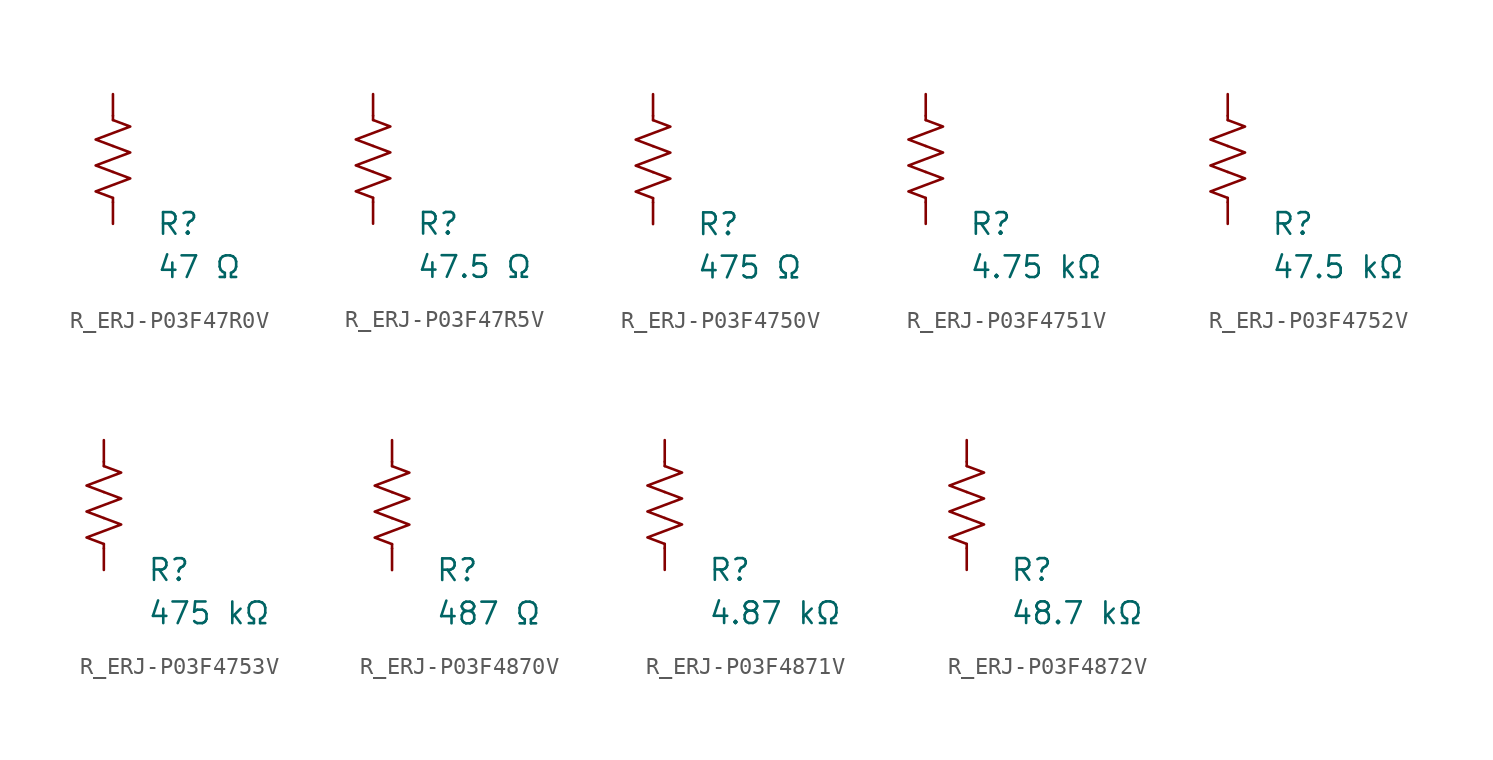
<source format=kicad_sym>
(kicad_symbol_lib
  (version 20231120)
  (generator "kicad_symbol_editor")
  (generator_version "8.0")
  (symbol "R_ERJ-P03F47R0V"
    (pin_numbers hide)
    (pin_names
      (offset 0))
    (property "Reference" "R"
      (at 2.54 -3.81 0)
      (effects (font (size 1.27 1.27)) (justify left))
      (show_name no))
    (property "Value" "47 Ω"
      (at 2.54 -6.35 0)
      (effects (font (size 1.27 1.27)) (justify left))
      (show_name no))
    (symbol "R_ERJ-P03F47R0V_0_1"
      (polyline (pts (xy 0 -2.286) (xy 0 -2.54)) (stroke (width 0) (type default)) (fill (type none)))
      (polyline (pts (xy 0 2.286) (xy 0 2.54)) (stroke (width 0) (type default)) (fill (type none)))
      (polyline (pts (xy 0 -0.762) (xy 1.016 -1.143) (xy 0 -1.524) (xy -1.016 -1.905) (xy 0 -2.286)) (stroke (width 0) (type default)) (fill (type none)))
      (polyline (pts (xy 0 0.762) (xy 1.016 0.381) (xy 0 0) (xy -1.016 -0.381) (xy 0 -0.762)) (stroke (width 0) (type default)) (fill (type none)))
      (polyline (pts (xy 0 2.286) (xy 1.016 1.905) (xy 0 1.524) (xy -1.016 1.143) (xy 0 0.762)) (stroke (width 0) (type default)) (fill (type none))))
    (symbol "R_ERJ-P03F47R0V_1_1"
      (pin passive line (at 0 3.81 270) (length 1.27) (name "~" (effects (font (size 1.27 1.27)))) (number "1" (effects (font (size 1.27 1.27)))))
      (pin passive line (at 0 -3.81 90) (length 1.27) (name "~" (effects (font (size 1.27 1.27)))) (number "2" (effects (font (size 1.27 1.27)))))))
  (symbol "R_ERJ-P03F47R5V"
    (pin_numbers hide)
    (pin_names
      (offset 0))
    (property "Reference" "R"
      (at 2.54 -3.81 0)
      (effects (font (size 1.27 1.27)) (justify left))
      (show_name no))
    (property "Value" "47.5 Ω"
      (at 2.54 -6.35 0)
      (effects (font (size 1.27 1.27)) (justify left))
      (show_name no))
    (symbol "R_ERJ-P03F47R5V_0_1"
      (polyline (pts (xy 0 -2.286) (xy 0 -2.54)) (stroke (width 0) (type default)) (fill (type none)))
      (polyline (pts (xy 0 2.286) (xy 0 2.54)) (stroke (width 0) (type default)) (fill (type none)))
      (polyline (pts (xy 0 -0.762) (xy 1.016 -1.143) (xy 0 -1.524) (xy -1.016 -1.905) (xy 0 -2.286)) (stroke (width 0) (type default)) (fill (type none)))
      (polyline (pts (xy 0 0.762) (xy 1.016 0.381) (xy 0 0) (xy -1.016 -0.381) (xy 0 -0.762)) (stroke (width 0) (type default)) (fill (type none)))
      (polyline (pts (xy 0 2.286) (xy 1.016 1.905) (xy 0 1.524) (xy -1.016 1.143) (xy 0 0.762)) (stroke (width 0) (type default)) (fill (type none))))
    (symbol "R_ERJ-P03F47R5V_1_1"
      (pin passive line (at 0 3.81 270) (length 1.27) (name "~" (effects (font (size 1.27 1.27)))) (number "1" (effects (font (size 1.27 1.27)))))
      (pin passive line (at 0 -3.81 90) (length 1.27) (name "~" (effects (font (size 1.27 1.27)))) (number "2" (effects (font (size 1.27 1.27)))))))
  (symbol "R_ERJ-P03F4750V"
    (pin_numbers hide)
    (pin_names
      (offset 0))
    (property "Reference" "R"
      (at 2.54 -3.81 0)
      (effects (font (size 1.27 1.27)) (justify left))
      (show_name no))
    (property "Value" "475 Ω"
      (at 2.54 -6.35 0)
      (effects (font (size 1.27 1.27)) (justify left))
      (show_name no))
    (symbol "R_ERJ-P03F4750V_0_1"
      (polyline (pts (xy 0 -2.286) (xy 0 -2.54)) (stroke (width 0) (type default)) (fill (type none)))
      (polyline (pts (xy 0 2.286) (xy 0 2.54)) (stroke (width 0) (type default)) (fill (type none)))
      (polyline (pts (xy 0 -0.762) (xy 1.016 -1.143) (xy 0 -1.524) (xy -1.016 -1.905) (xy 0 -2.286)) (stroke (width 0) (type default)) (fill (type none)))
      (polyline (pts (xy 0 0.762) (xy 1.016 0.381) (xy 0 0) (xy -1.016 -0.381) (xy 0 -0.762)) (stroke (width 0) (type default)) (fill (type none)))
      (polyline (pts (xy 0 2.286) (xy 1.016 1.905) (xy 0 1.524) (xy -1.016 1.143) (xy 0 0.762)) (stroke (width 0) (type default)) (fill (type none))))
    (symbol "R_ERJ-P03F4750V_1_1"
      (pin passive line (at 0 3.81 270) (length 1.27) (name "~" (effects (font (size 1.27 1.27)))) (number "1" (effects (font (size 1.27 1.27)))))
      (pin passive line (at 0 -3.81 90) (length 1.27) (name "~" (effects (font (size 1.27 1.27)))) (number "2" (effects (font (size 1.27 1.27)))))))
  (symbol "R_ERJ-P03F4751V"
    (pin_numbers hide)
    (pin_names
      (offset 0))
    (property "Reference" "R"
      (at 2.54 -3.81 0)
      (effects (font (size 1.27 1.27)) (justify left))
      (show_name no))
    (property "Value" "4.75 kΩ"
      (at 2.54 -6.35 0)
      (effects (font (size 1.27 1.27)) (justify left))
      (show_name no))
    (symbol "R_ERJ-P03F4751V_0_1"
      (polyline (pts (xy 0 -2.286) (xy 0 -2.54)) (stroke (width 0) (type default)) (fill (type none)))
      (polyline (pts (xy 0 2.286) (xy 0 2.54)) (stroke (width 0) (type default)) (fill (type none)))
      (polyline (pts (xy 0 -0.762) (xy 1.016 -1.143) (xy 0 -1.524) (xy -1.016 -1.905) (xy 0 -2.286)) (stroke (width 0) (type default)) (fill (type none)))
      (polyline (pts (xy 0 0.762) (xy 1.016 0.381) (xy 0 0) (xy -1.016 -0.381) (xy 0 -0.762)) (stroke (width 0) (type default)) (fill (type none)))
      (polyline (pts (xy 0 2.286) (xy 1.016 1.905) (xy 0 1.524) (xy -1.016 1.143) (xy 0 0.762)) (stroke (width 0) (type default)) (fill (type none))))
    (symbol "R_ERJ-P03F4751V_1_1"
      (pin passive line (at 0 3.81 270) (length 1.27) (name "~" (effects (font (size 1.27 1.27)))) (number "1" (effects (font (size 1.27 1.27)))))
      (pin passive line (at 0 -3.81 90) (length 1.27) (name "~" (effects (font (size 1.27 1.27)))) (number "2" (effects (font (size 1.27 1.27)))))))
  (symbol "R_ERJ-P03F4752V"
    (pin_numbers hide)
    (pin_names
      (offset 0))
    (property "Reference" "R"
      (at 2.54 -3.81 0)
      (effects (font (size 1.27 1.27)) (justify left))
      (show_name no))
    (property "Value" "47.5 kΩ"
      (at 2.54 -6.35 0)
      (effects (font (size 1.27 1.27)) (justify left))
      (show_name no))
    (symbol "R_ERJ-P03F4752V_0_1"
      (polyline (pts (xy 0 -2.286) (xy 0 -2.54)) (stroke (width 0) (type default)) (fill (type none)))
      (polyline (pts (xy 0 2.286) (xy 0 2.54)) (stroke (width 0) (type default)) (fill (type none)))
      (polyline (pts (xy 0 -0.762) (xy 1.016 -1.143) (xy 0 -1.524) (xy -1.016 -1.905) (xy 0 -2.286)) (stroke (width 0) (type default)) (fill (type none)))
      (polyline (pts (xy 0 0.762) (xy 1.016 0.381) (xy 0 0) (xy -1.016 -0.381) (xy 0 -0.762)) (stroke (width 0) (type default)) (fill (type none)))
      (polyline (pts (xy 0 2.286) (xy 1.016 1.905) (xy 0 1.524) (xy -1.016 1.143) (xy 0 0.762)) (stroke (width 0) (type default)) (fill (type none))))
    (symbol "R_ERJ-P03F4752V_1_1"
      (pin passive line (at 0 3.81 270) (length 1.27) (name "~" (effects (font (size 1.27 1.27)))) (number "1" (effects (font (size 1.27 1.27)))))
      (pin passive line (at 0 -3.81 90) (length 1.27) (name "~" (effects (font (size 1.27 1.27)))) (number "2" (effects (font (size 1.27 1.27)))))))
  (symbol "R_ERJ-P03F4753V"
    (pin_numbers hide)
    (pin_names
      (offset 0))
    (property "Reference" "R"
      (at 2.54 -3.81 0)
      (effects (font (size 1.27 1.27)) (justify left))
      (show_name no))
    (property "Value" "475 kΩ"
      (at 2.54 -6.35 0)
      (effects (font (size 1.27 1.27)) (justify left))
      (show_name no))
    (symbol "R_ERJ-P03F4753V_0_1"
      (polyline (pts (xy 0 -2.286) (xy 0 -2.54)) (stroke (width 0) (type default)) (fill (type none)))
      (polyline (pts (xy 0 2.286) (xy 0 2.54)) (stroke (width 0) (type default)) (fill (type none)))
      (polyline (pts (xy 0 -0.762) (xy 1.016 -1.143) (xy 0 -1.524) (xy -1.016 -1.905) (xy 0 -2.286)) (stroke (width 0) (type default)) (fill (type none)))
      (polyline (pts (xy 0 0.762) (xy 1.016 0.381) (xy 0 0) (xy -1.016 -0.381) (xy 0 -0.762)) (stroke (width 0) (type default)) (fill (type none)))
      (polyline (pts (xy 0 2.286) (xy 1.016 1.905) (xy 0 1.524) (xy -1.016 1.143) (xy 0 0.762)) (stroke (width 0) (type default)) (fill (type none))))
    (symbol "R_ERJ-P03F4753V_1_1"
      (pin passive line (at 0 3.81 270) (length 1.27) (name "~" (effects (font (size 1.27 1.27)))) (number "1" (effects (font (size 1.27 1.27)))))
      (pin passive line (at 0 -3.81 90) (length 1.27) (name "~" (effects (font (size 1.27 1.27)))) (number "2" (effects (font (size 1.27 1.27)))))))
  (symbol "R_ERJ-P03F4870V"
    (pin_numbers hide)
    (pin_names
      (offset 0))
    (property "Reference" "R"
      (at 2.54 -3.81 0)
      (effects (font (size 1.27 1.27)) (justify left))
      (show_name no))
    (property "Value" "487 Ω"
      (at 2.54 -6.35 0)
      (effects (font (size 1.27 1.27)) (justify left))
      (show_name no))
    (symbol "R_ERJ-P03F4870V_0_1"
      (polyline (pts (xy 0 -2.286) (xy 0 -2.54)) (stroke (width 0) (type default)) (fill (type none)))
      (polyline (pts (xy 0 2.286) (xy 0 2.54)) (stroke (width 0) (type default)) (fill (type none)))
      (polyline (pts (xy 0 -0.762) (xy 1.016 -1.143) (xy 0 -1.524) (xy -1.016 -1.905) (xy 0 -2.286)) (stroke (width 0) (type default)) (fill (type none)))
      (polyline (pts (xy 0 0.762) (xy 1.016 0.381) (xy 0 0) (xy -1.016 -0.381) (xy 0 -0.762)) (stroke (width 0) (type default)) (fill (type none)))
      (polyline (pts (xy 0 2.286) (xy 1.016 1.905) (xy 0 1.524) (xy -1.016 1.143) (xy 0 0.762)) (stroke (width 0) (type default)) (fill (type none))))
    (symbol "R_ERJ-P03F4870V_1_1"
      (pin passive line (at 0 3.81 270) (length 1.27) (name "~" (effects (font (size 1.27 1.27)))) (number "1" (effects (font (size 1.27 1.27)))))
      (pin passive line (at 0 -3.81 90) (length 1.27) (name "~" (effects (font (size 1.27 1.27)))) (number "2" (effects (font (size 1.27 1.27)))))))
  (symbol "R_ERJ-P03F4871V"
    (pin_numbers hide)
    (pin_names
      (offset 0))
    (property "Reference" "R"
      (at 2.54 -3.81 0)
      (effects (font (size 1.27 1.27)) (justify left))
      (show_name no))
    (property "Value" "4.87 kΩ"
      (at 2.54 -6.35 0)
      (effects (font (size 1.27 1.27)) (justify left))
      (show_name no))
    (symbol "R_ERJ-P03F4871V_0_1"
      (polyline (pts (xy 0 -2.286) (xy 0 -2.54)) (stroke (width 0) (type default)) (fill (type none)))
      (polyline (pts (xy 0 2.286) (xy 0 2.54)) (stroke (width 0) (type default)) (fill (type none)))
      (polyline (pts (xy 0 -0.762) (xy 1.016 -1.143) (xy 0 -1.524) (xy -1.016 -1.905) (xy 0 -2.286)) (stroke (width 0) (type default)) (fill (type none)))
      (polyline (pts (xy 0 0.762) (xy 1.016 0.381) (xy 0 0) (xy -1.016 -0.381) (xy 0 -0.762)) (stroke (width 0) (type default)) (fill (type none)))
      (polyline (pts (xy 0 2.286) (xy 1.016 1.905) (xy 0 1.524) (xy -1.016 1.143) (xy 0 0.762)) (stroke (width 0) (type default)) (fill (type none))))
    (symbol "R_ERJ-P03F4871V_1_1"
      (pin passive line (at 0 3.81 270) (length 1.27) (name "~" (effects (font (size 1.27 1.27)))) (number "1" (effects (font (size 1.27 1.27)))))
      (pin passive line (at 0 -3.81 90) (length 1.27) (name "~" (effects (font (size 1.27 1.27)))) (number "2" (effects (font (size 1.27 1.27)))))))
  (symbol "R_ERJ-P03F4872V"
    (pin_numbers hide)
    (pin_names
      (offset 0))
    (property "Reference" "R"
      (at 2.54 -3.81 0)
      (effects (font (size 1.27 1.27)) (justify left))
      (show_name no))
    (property "Value" "48.7 kΩ"
      (at 2.54 -6.35 0)
      (effects (font (size 1.27 1.27)) (justify left))
      (show_name no))
    (symbol "R_ERJ-P03F4872V_0_1"
      (polyline (pts (xy 0 -2.286) (xy 0 -2.54)) (stroke (width 0) (type default)) (fill (type none)))
      (polyline (pts (xy 0 2.286) (xy 0 2.54)) (stroke (width 0) (type default)) (fill (type none)))
      (polyline (pts (xy 0 -0.762) (xy 1.016 -1.143) (xy 0 -1.524) (xy -1.016 -1.905) (xy 0 -2.286)) (stroke (width 0) (type default)) (fill (type none)))
      (polyline (pts (xy 0 0.762) (xy 1.016 0.381) (xy 0 0) (xy -1.016 -0.381) (xy 0 -0.762)) (stroke (width 0) (type default)) (fill (type none)))
      (polyline (pts (xy 0 2.286) (xy 1.016 1.905) (xy 0 1.524) (xy -1.016 1.143) (xy 0 0.762)) (stroke (width 0) (type default)) (fill (type none))))
    (symbol "R_ERJ-P03F4872V_1_1"
      (pin passive line (at 0 3.81 270) (length 1.27) (name "~" (effects (font (size 1.27 1.27)))) (number "1" (effects (font (size 1.27 1.27)))))
      (pin passive line (at 0 -3.81 90) (length 1.27) (name "~" (effects (font (size 1.27 1.27)))) (number "2" (effects (font (size 1.27 1.27))))))))
</source>
